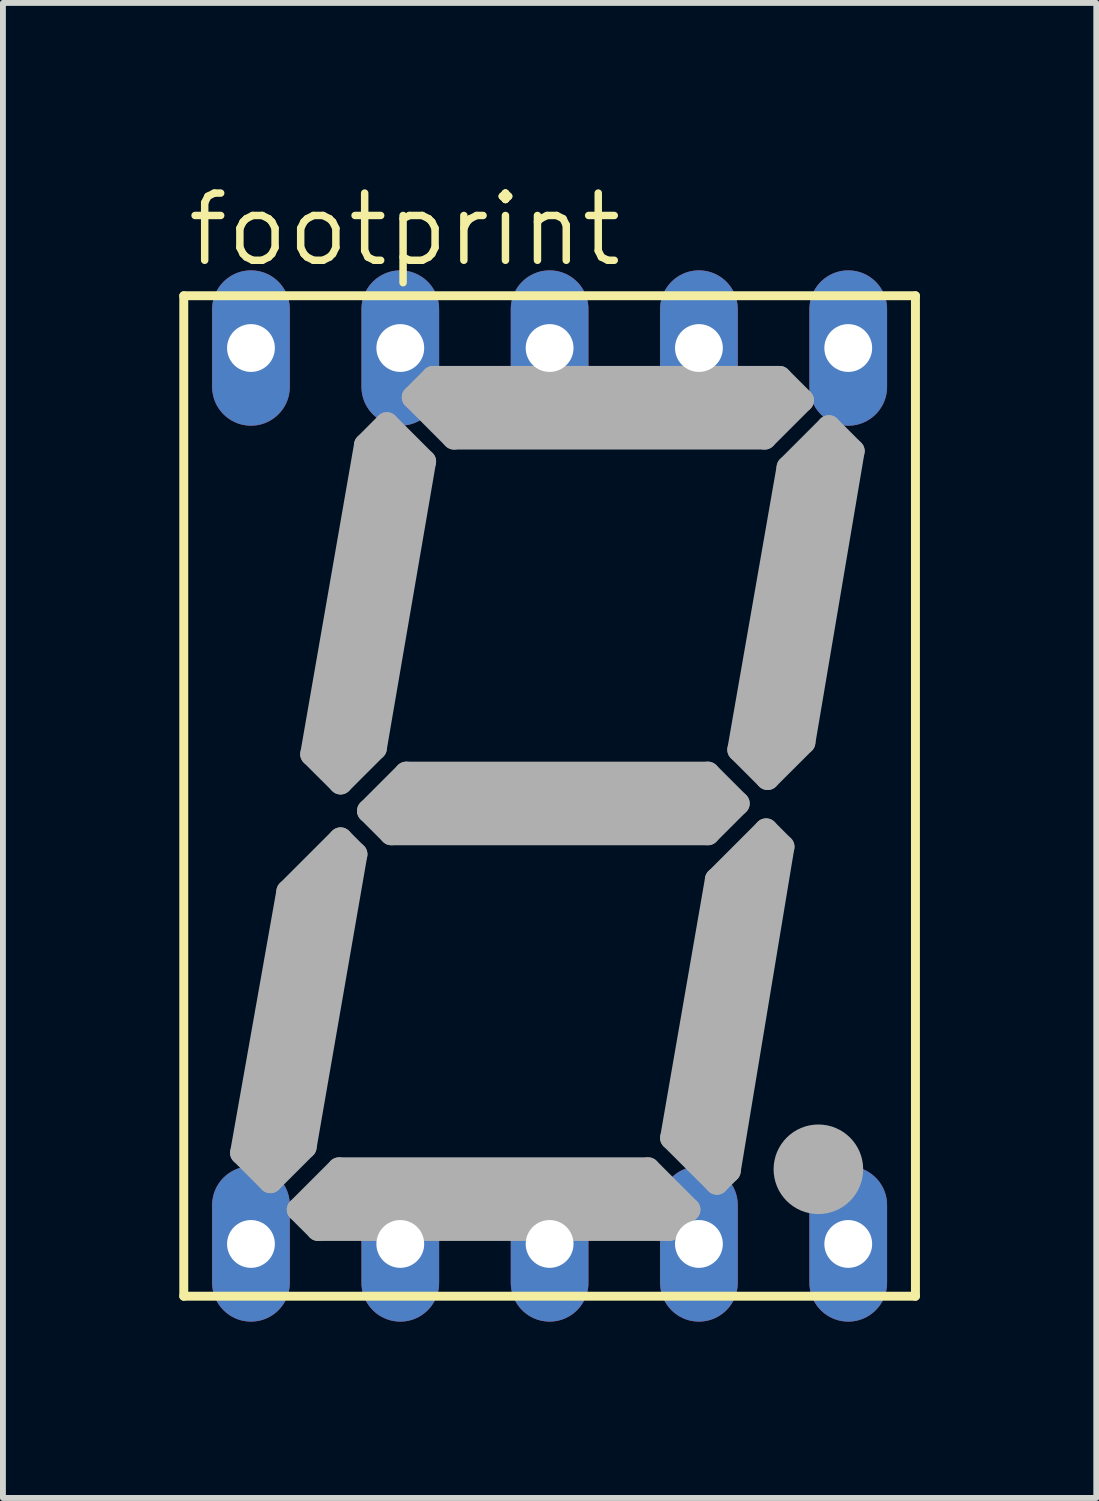
<source format=kicad_pcb>
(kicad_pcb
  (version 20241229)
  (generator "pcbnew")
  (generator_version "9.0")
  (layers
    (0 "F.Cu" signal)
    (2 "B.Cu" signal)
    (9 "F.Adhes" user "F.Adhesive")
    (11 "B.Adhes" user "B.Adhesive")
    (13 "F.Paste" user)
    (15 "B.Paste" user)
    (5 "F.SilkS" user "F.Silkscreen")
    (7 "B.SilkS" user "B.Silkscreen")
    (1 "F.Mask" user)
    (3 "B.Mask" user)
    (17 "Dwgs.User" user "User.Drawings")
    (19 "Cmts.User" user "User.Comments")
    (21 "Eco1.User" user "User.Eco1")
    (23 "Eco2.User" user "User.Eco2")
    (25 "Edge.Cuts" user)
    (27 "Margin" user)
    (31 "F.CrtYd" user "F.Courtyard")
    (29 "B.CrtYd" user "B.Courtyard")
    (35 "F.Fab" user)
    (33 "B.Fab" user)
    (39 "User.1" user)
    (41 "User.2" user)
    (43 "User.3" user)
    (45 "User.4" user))
  (footprint "footprint"
    (layer "F.Cu")
    (at 6.299 10.49)
    (property "Reference" "footprint" (at -6.223 -8.966 0) (layer "F.SilkS") (effects (font (size 1.143 1.143) (thickness 0.127)) (justify left bottom)))
    (fp_line (start -6.223 -8.509) (end -6.223 8.509) (stroke (width 0.152) (type solid)) (layer "F.SilkS"))
    (fp_line (start -6.223 -8.509) (end 6.223 -8.509) (stroke (width 0.152) (type solid)) (layer "F.SilkS"))
    (fp_line (start 6.223 8.509) (end -6.223 8.509) (stroke (width 0.152) (type solid)) (layer "F.SilkS"))
    (fp_line (start 6.223 8.509) (end 6.223 -8.509) (stroke (width 0.152) (type solid)) (layer "F.SilkS"))
    (fp_line (start -5.232 6.071) (end -4.75 6.553) (stroke (width 0.406) (type solid)) (layer "F.Fab"))
    (fp_line (start -4.75 6.553) (end -4.166 5.969) (stroke (width 0.406) (type solid)) (layer "F.Fab"))
    (fp_line (start -4.648 5.944) (end -3.785 1.295) (stroke (width 0.813) (type solid)) (layer "F.Fab"))
    (fp_line (start -4.445 1.626) (end -5.232 6.071) (stroke (width 0.406) (type solid)) (layer "F.Fab"))
    (fp_line (start -4.267 7.036) (end -3.581 6.35) (stroke (width 0.406) (type solid)) (layer "F.Fab"))
    (fp_line (start -4.166 5.969) (end -3.302 0.991) (stroke (width 0.406) (type solid)) (layer "F.Fab"))
    (fp_line (start -4.039 -0.711) (end -3.124 -5.969) (stroke (width 0.406) (type solid)) (layer "F.Fab"))
    (fp_line (start -3.937 7.366) (end -4.267 7.036) (stroke (width 0.406) (type solid)) (layer "F.Fab"))
    (fp_line (start -3.581 6.35) (end 1.676 6.35) (stroke (width 0.406) (type solid)) (layer "F.Fab"))
    (fp_line (start -3.556 -0.229) (end -4.039 -0.711) (stroke (width 0.406) (type solid)) (layer "F.Fab"))
    (fp_line (start -3.556 0.737) (end -4.445 1.626) (stroke (width 0.406) (type solid)) (layer "F.Fab"))
    (fp_line (start -3.556 0.737) (end -3.302 0.991) (stroke (width 0.406) (type solid)) (layer "F.Fab"))
    (fp_line (start -3.531 -0.838) (end -2.667 -5.715) (stroke (width 0.813) (type solid)) (layer "F.Fab"))
    (fp_line (start -3.124 -5.969) (end -2.769 -6.325) (stroke (width 0.406) (type solid)) (layer "F.Fab"))
    (fp_line (start -3.073 0.254) (end -2.438 -0.381) (stroke (width 0.406) (type solid)) (layer "F.Fab"))
    (fp_line (start -2.972 -0.813) (end -3.556 -0.229) (stroke (width 0.406) (type solid)) (layer "F.Fab"))
    (fp_line (start -2.769 -6.325) (end -2.134 -5.69) (stroke (width 0.406) (type solid)) (layer "F.Fab"))
    (fp_line (start -2.692 0.635) (end -3.073 0.254) (stroke (width 0.406) (type solid)) (layer "F.Fab"))
    (fp_line (start -2.438 -0.381) (end 2.692 -0.381) (stroke (width 0.406) (type solid)) (layer "F.Fab"))
    (fp_line (start -2.311 -6.782) (end -1.981 -7.112) (stroke (width 0.406) (type solid)) (layer "F.Fab"))
    (fp_line (start -2.134 -5.69) (end -2.972 -0.813) (stroke (width 0.406) (type solid)) (layer "F.Fab"))
    (fp_line (start -1.981 -7.112) (end 3.912 -7.112) (stroke (width 0.406) (type solid)) (layer "F.Fab"))
    (fp_line (start -1.753 -6.604) (end 3.81 -6.604) (stroke (width 0.813) (type solid)) (layer "F.Fab"))
    (fp_line (start -1.626 -6.096) (end -2.311 -6.782) (stroke (width 0.406) (type solid)) (layer "F.Fab"))
    (fp_line (start 1.676 6.35) (end 2.362 7.036) (stroke (width 0.406) (type solid)) (layer "F.Fab"))
    (fp_line (start 1.778 6.858) (end -3.683 6.858) (stroke (width 0.813) (type solid)) (layer "F.Fab"))
    (fp_line (start 2.032 7.366) (end -3.937 7.366) (stroke (width 0.406) (type solid)) (layer "F.Fab"))
    (fp_line (start 2.083 5.817) (end 2.845 6.579) (stroke (width 0.406) (type solid)) (layer "F.Fab"))
    (fp_line (start 2.362 7.036) (end 2.032 7.366) (stroke (width 0.406) (type solid)) (layer "F.Fab"))
    (fp_line (start 2.667 0.127) (end -2.515 0.127) (stroke (width 0.813) (type solid)) (layer "F.Fab"))
    (fp_line (start 2.692 -0.381) (end 3.2 0.127) (stroke (width 0.406) (type solid)) (layer "F.Fab"))
    (fp_line (start 2.692 0.635) (end -2.692 0.635) (stroke (width 0.406) (type solid)) (layer "F.Fab"))
    (fp_line (start 2.845 1.422) (end 2.083 5.817) (stroke (width 0.406) (type solid)) (layer "F.Fab"))
    (fp_line (start 2.845 6.579) (end 3.048 6.375) (stroke (width 0.406) (type solid)) (layer "F.Fab"))
    (fp_line (start 3.048 6.375) (end 3.962 0.864) (stroke (width 0.406) (type solid)) (layer "F.Fab"))
    (fp_line (start 3.2 0.127) (end 2.692 0.635) (stroke (width 0.406) (type solid)) (layer "F.Fab"))
    (fp_line (start 3.226 -0.787) (end 3.708 -0.305) (stroke (width 0.406) (type solid)) (layer "F.Fab"))
    (fp_line (start 3.48 1.168) (end 2.642 5.994) (stroke (width 0.813) (type solid)) (layer "F.Fab"))
    (fp_line (start 3.658 -6.096) (end -1.626 -6.096) (stroke (width 0.406) (type solid)) (layer "F.Fab"))
    (fp_line (start 3.683 0.584) (end 2.845 1.422) (stroke (width 0.406) (type solid)) (layer "F.Fab"))
    (fp_line (start 3.708 -0.305) (end 4.318 -0.914) (stroke (width 0.406) (type solid)) (layer "F.Fab"))
    (fp_line (start 3.912 -7.112) (end 4.293 -6.731) (stroke (width 0.406) (type solid)) (layer "F.Fab"))
    (fp_line (start 3.962 0.864) (end 3.683 0.584) (stroke (width 0.406) (type solid)) (layer "F.Fab"))
    (fp_line (start 4.064 -5.588) (end 3.226 -0.787) (stroke (width 0.406) (type solid)) (layer "F.Fab"))
    (fp_line (start 4.293 -6.731) (end 3.658 -6.096) (stroke (width 0.406) (type solid)) (layer "F.Fab"))
    (fp_line (start 4.318 -0.914) (end 5.156 -5.867) (stroke (width 0.406) (type solid)) (layer "F.Fab"))
    (fp_line (start 4.47 6.35) (end 4.648 6.35) (stroke (width 0.305) (type solid)) (layer "F.Fab"))
    (fp_line (start 4.572 -5.766) (end 3.759 -0.914) (stroke (width 0.813) (type solid)) (layer "F.Fab"))
    (fp_line (start 4.75 -6.274) (end 4.064 -5.588) (stroke (width 0.406) (type solid)) (layer "F.Fab"))
    (fp_line (start 5.156 -5.867) (end 4.75 -6.274) (stroke (width 0.406) (type solid)) (layer "F.Fab"))
    (fp_circle (center 4.572 6.35) (end 4.953 6.35) (stroke (width 0.762) (type solid)) (fill no) (layer "F.Fab"))
    (pad "1" thru_hole oval (at -5.08 7.62 90) (size 2.642 1.321) (drill 0.813) (layers "*.Cu" "*.Mask"))
    (pad "2" thru_hole oval (at -2.54 7.62 90) (size 2.642 1.321) (drill 0.813) (layers "*.Cu" "*.Mask"))
    (pad "3" thru_hole oval (at 0 7.62 90) (size 2.642 1.321) (drill 0.813) (layers "*.Cu" "*.Mask"))
    (pad "4" thru_hole oval (at 2.54 7.62 90) (size 2.642 1.321) (drill 0.813) (layers "*.Cu" "*.Mask"))
    (pad "5" thru_hole oval (at 5.08 7.62 90) (size 2.642 1.321) (drill 0.813) (layers "*.Cu" "*.Mask"))
    (pad "6" thru_hole oval (at 5.08 -7.62 90) (size 2.642 1.321) (drill 0.813) (layers "*.Cu" "*.Mask"))
    (pad "7" thru_hole oval (at 2.54 -7.62 90) (size 2.642 1.321) (drill 0.813) (layers "*.Cu" "*.Mask"))
    (pad "8" thru_hole oval (at 0 -7.62 90) (size 2.642 1.321) (drill 0.813) (layers "*.Cu" "*.Mask"))
    (pad "9" thru_hole oval (at -2.54 -7.62 90) (size 2.642 1.321) (drill 0.813) (layers "*.Cu" "*.Mask"))
    (pad "10" thru_hole oval (at -5.08 -7.62 90) (size 2.642 1.321) (drill 0.813) (layers "*.Cu" "*.Mask")))
  (gr_rect
    (start -3 -3)
    (end 15.598 22.431)
    (stroke (width 0.1) (type default))
    (fill no)
    (layer "Edge.Cuts")))
</source>
